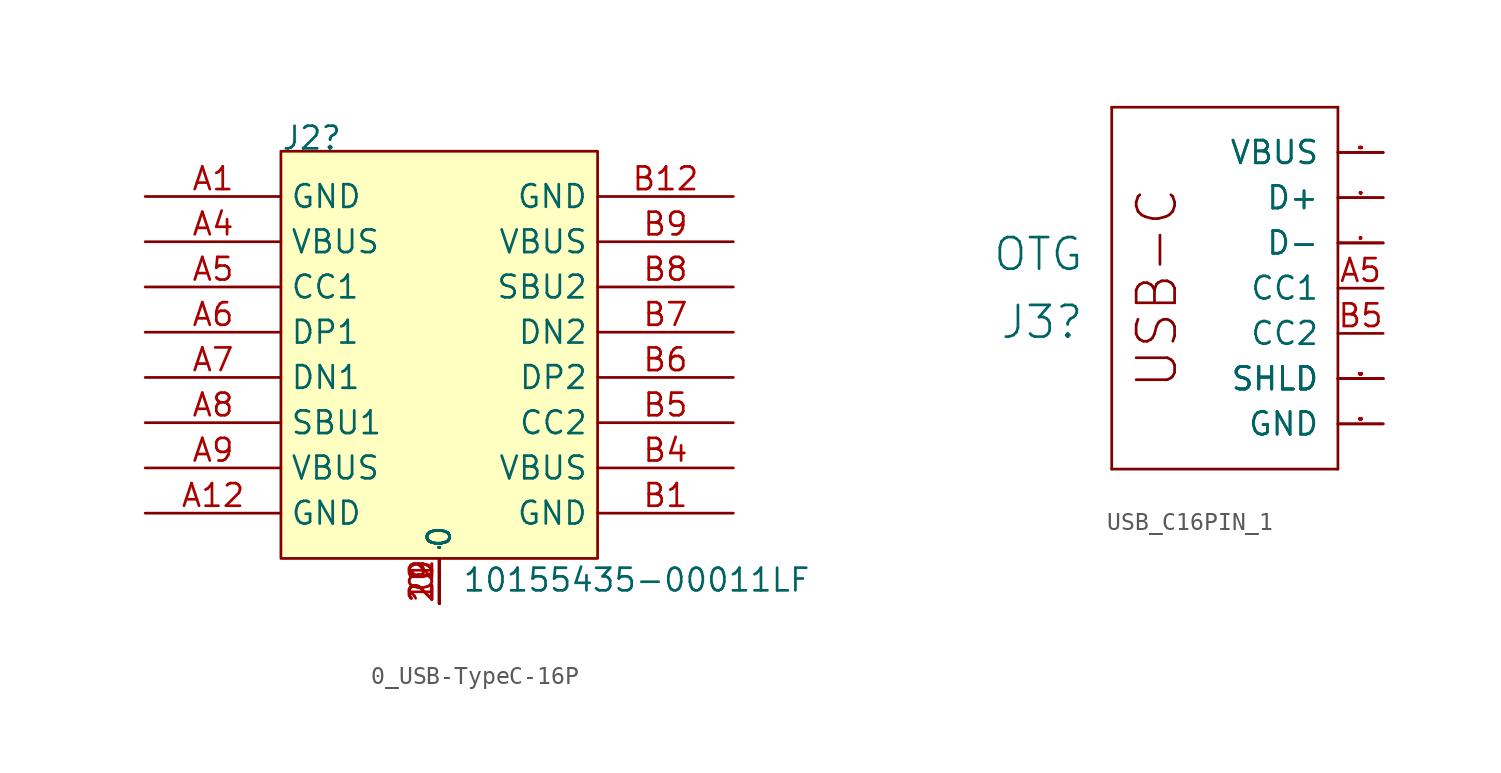
<source format=kicad_sym>
(kicad_symbol_lib
  (version 20230620)
  (generator kicad_symbol_editor)
  (symbol "0_USB-TypeC-16P"
    (property "Reference" "J2"
      (at 0 22.86 0)
      (effects (font (size 1.27 1.27)) (justify left bottom)))
    (property "Value" "10155435-00011LF"
      (at 10.16 -1.956 0)
      (effects (font (size 1.27 1.27)) (justify left bottom)))
    (symbol "0_USB-TypeC-16P_1_0"
      (rectangle (start 17.78 22.86) (end 0 0) (stroke (width 0) (type default)) (fill (type background)))
      (pin passive line (at 8.89 -2.54 90) (length 2.54) (name "0" (effects (font (size 0.025 0.025)))) (number "0" (effects (font (size 1.27 1.27)))))
      (pin passive line (at -7.62 20.32 0) (length 7.62) (name "GND" (effects (font (size 1.27 1.27)))) (number "A1" (effects (font (size 1.27 1.27)))))
      (pin passive line (at -7.62 2.54 0) (length 7.62) (name "GND" (effects (font (size 1.27 1.27)))) (number "A12" (effects (font (size 1.27 1.27)))))
      (pin passive line (at -7.62 17.78 0) (length 7.62) (name "VBUS" (effects (font (size 1.27 1.27)))) (number "A4" (effects (font (size 1.27 1.27)))))
      (pin passive line (at -7.62 15.24 0) (length 7.62) (name "CC1" (effects (font (size 1.27 1.27)))) (number "A5" (effects (font (size 1.27 1.27)))))
      (pin passive line (at -7.62 12.7 0) (length 7.62) (name "DP1" (effects (font (size 1.27 1.27)))) (number "A6" (effects (font (size 1.27 1.27)))))
      (pin passive line (at -7.62 10.16 0) (length 7.62) (name "DN1" (effects (font (size 1.27 1.27)))) (number "A7" (effects (font (size 1.27 1.27)))))
      (pin passive line (at -7.62 7.62 0) (length 7.62) (name "SBU1" (effects (font (size 1.27 1.27)))) (number "A8" (effects (font (size 1.27 1.27)))))
      (pin passive line (at -7.62 5.08 0) (length 7.62) (name "VBUS" (effects (font (size 1.27 1.27)))) (number "A9" (effects (font (size 1.27 1.27)))))
      (pin passive line (at 25.4 2.54 180) (length 7.62) (name "GND" (effects (font (size 1.27 1.27)))) (number "B1" (effects (font (size 1.27 1.27)))))
      (pin passive line (at 25.4 20.32 180) (length 7.62) (name "GND" (effects (font (size 1.27 1.27)))) (number "B12" (effects (font (size 1.27 1.27)))))
      (pin passive line (at 25.4 5.08 180) (length 7.62) (name "VBUS" (effects (font (size 1.27 1.27)))) (number "B4" (effects (font (size 1.27 1.27)))))
      (pin passive line (at 25.4 7.62 180) (length 7.62) (name "CC2" (effects (font (size 1.27 1.27)))) (number "B5" (effects (font (size 1.27 1.27)))))
      (pin passive line (at 25.4 10.16 180) (length 7.62) (name "DP2" (effects (font (size 1.27 1.27)))) (number "B6" (effects (font (size 1.27 1.27)))))
      (pin passive line (at 25.4 12.7 180) (length 7.62) (name "DN2" (effects (font (size 1.27 1.27)))) (number "B7" (effects (font (size 1.27 1.27)))))
      (pin passive line (at 25.4 15.24 180) (length 7.62) (name "SBU2" (effects (font (size 1.27 1.27)))) (number "B8" (effects (font (size 1.27 1.27)))))
      (pin passive line (at 25.4 17.78 180) (length 7.62) (name "VBUS" (effects (font (size 1.27 1.27)))) (number "B9" (effects (font (size 1.27 1.27))))))
    (symbol "0_USB-TypeC-16P_1_1"
      (pin input line (at 8.89 -2.54 90) (length 2.54) (name "0" (effects (font (size 1.27 1.27)))) (number "19" (effects (font (size 1.27 1.27)))))
      (pin input line (at 8.89 -2.54 90) (length 2.54) (name "0" (effects (font (size 1.27 1.27)))) (number "20" (effects (font (size 1.27 1.27)))))
      (pin input line (at 8.89 -2.54 90) (length 2.54) (name "0" (effects (font (size 1.27 1.27)))) (number "21" (effects (font (size 1.27 1.27)))))
      (pin input line (at 8.89 -2.54 90) (length 2.54) (name "0" (effects (font (size 1.27 1.27)))) (number "22" (effects (font (size 1.27 1.27)))))))
  (symbol "USB_C16PIN_1"
    (pin_names
      (offset 1.016))
    (property "Reference" "J3"
      (at -4.064 -1.905 0)
      (effects (font (size 1.778 1.778)) (justify right)))
    (property "Value" "OTG"
      (at -4.064 1.905 0)
      (effects (font (size 1.778 1.778)) (justify right)))
    (property "ki_locked" ""
      (at 0 0 0)
      (effects (font (size 1.27 1.27))))
    (symbol "USB_C16PIN_1_1_0"
      (polyline (pts (xy -2.54 -10.16) (xy -2.54 10.16)) (stroke (width 0) (type solid)) (fill (type none)))
      (polyline (pts (xy -2.54 -10.16) (xy 10.16 -10.16)) (stroke (width 0) (type solid)) (fill (type none)))
      (polyline (pts (xy 10.16 -10.16) (xy 10.16 10.16)) (stroke (width 0) (type solid)) (fill (type none)))
      (polyline (pts (xy 10.16 10.16) (xy -2.54 10.16)) (stroke (width 0) (type solid)) (fill (type none)))
      (text "USB-C" (at 0 0 900) (effects (font (size 2.159 2.159))))
      (pin unspecified line (at 12.7 0 180) (length 2.54) (name "CC1" (effects (font (size 1.27 1.27)))) (number "A5" (effects (font (size 1.27 1.27)))))
      (pin unspecified line (at 12.7 5.08 180) (length 2.54) (name "D+" (effects (font (size 1.27 1.27)))) (number "A6" (effects (font (size 0.025 0.025)))))
      (pin unspecified line (at 12.7 2.54 180) (length 2.54) (name "D-" (effects (font (size 1.27 1.27)))) (number "A7" (effects (font (size 0.025 0.025)))))
      (pin unspecified line (at 12.7 -2.54 180) (length 2.54) (name "CC2" (effects (font (size 1.27 1.27)))) (number "B5" (effects (font (size 1.27 1.27)))))
      (pin unspecified line (at 12.7 5.08 180) (length 2.54) (name "D+" (effects (font (size 1.27 1.27)))) (number "B6" (effects (font (size 0.025 0.025)))))
      (pin unspecified line (at 12.7 2.54 180) (length 2.54) (name "D-" (effects (font (size 1.27 1.27)))) (number "B7" (effects (font (size 0.025 0.025)))))
      (pin unspecified line (at 12.7 -7.62 180) (length 2.54) (name "GND" (effects (font (size 1.27 1.27)))) (number "GND1" (effects (font (size 0.025 0.025)))))
      (pin unspecified line (at 12.7 -7.62 180) (length 2.54) (name "GND" (effects (font (size 1.27 1.27)))) (number "GND2" (effects (font (size 0.025 0.025)))))
      (pin unspecified line (at 12.7 -5.08 180) (length 2.54) (name "SHLD" (effects (font (size 1.27 1.27)))) (number "SHLD1" (effects (font (size 0.025 0.025)))))
      (pin unspecified line (at 12.7 -5.08 180) (length 2.54) (name "SHLD" (effects (font (size 1.27 1.27)))) (number "SHLD2" (effects (font (size 0.025 0.025)))))
      (pin unspecified line (at 12.7 -5.08 180) (length 2.54) (name "SHLD" (effects (font (size 1.27 1.27)))) (number "SHLD3" (effects (font (size 0.025 0.025)))))
      (pin unspecified line (at 12.7 -5.08 180) (length 2.54) (name "SHLD" (effects (font (size 1.27 1.27)))) (number "SHLD4" (effects (font (size 0.025 0.025)))))
      (pin unspecified line (at 12.7 7.62 180) (length 2.54) (name "VBUS" (effects (font (size 1.27 1.27)))) (number "VBUS1" (effects (font (size 0.025 0.025)))))
      (pin unspecified line (at 12.7 7.62 180) (length 2.54) (name "VBUS" (effects (font (size 1.27 1.27)))) (number "VBUS2" (effects (font (size 0.025 0.025))))))))
</source>
